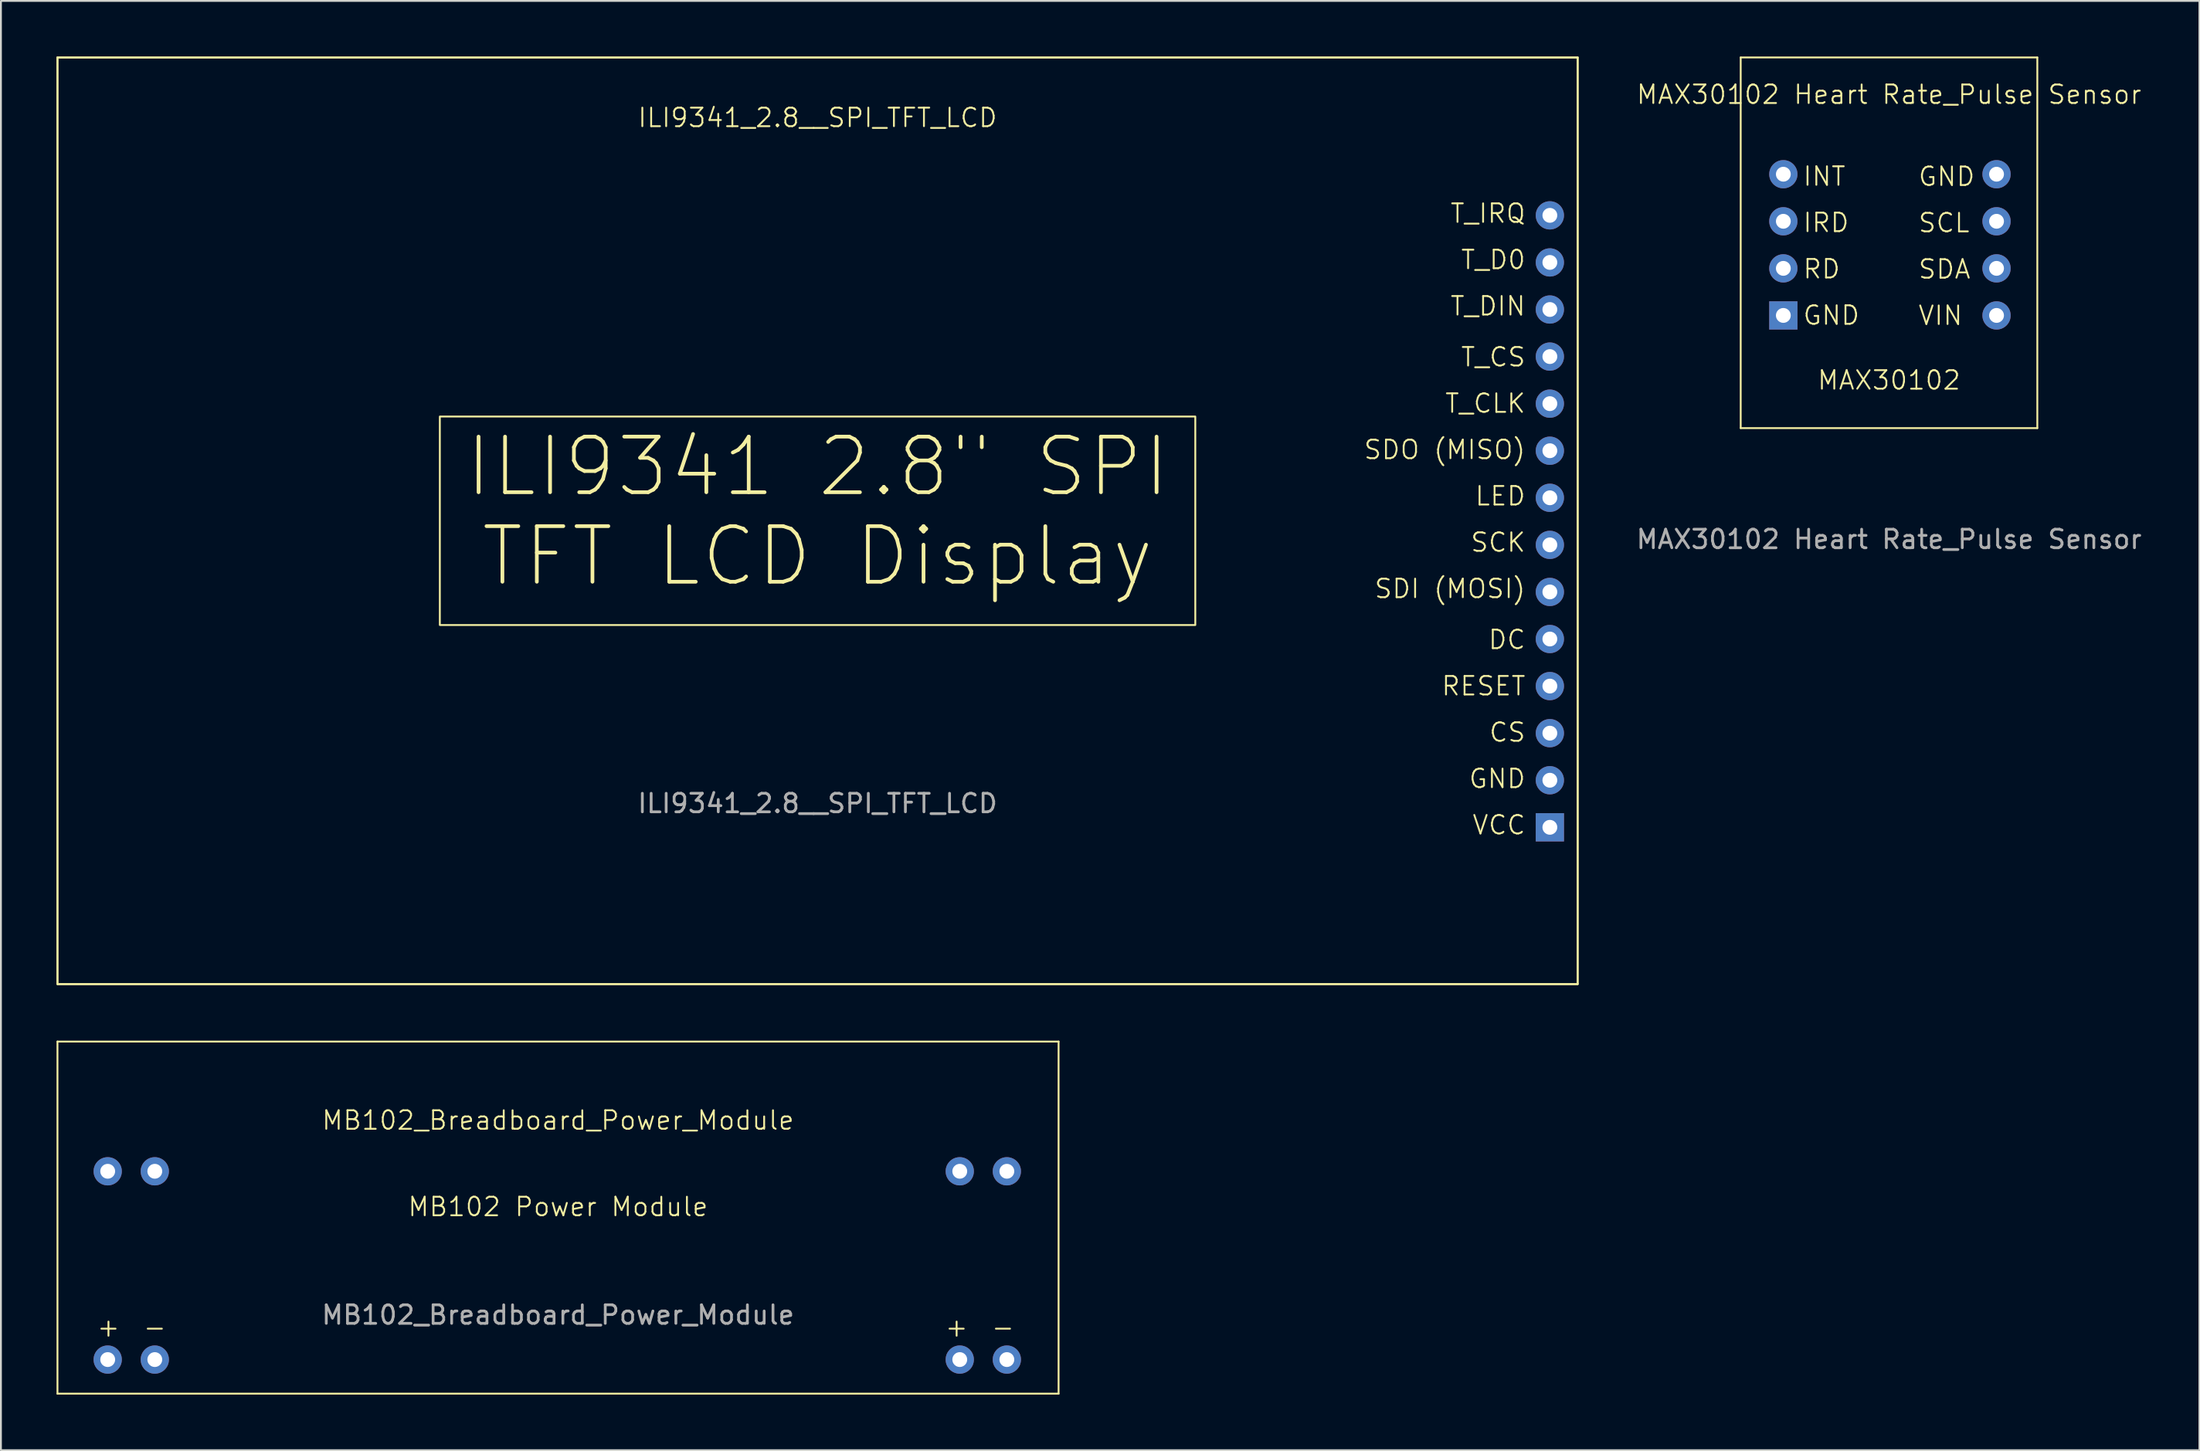
<source format=kicad_pcb>
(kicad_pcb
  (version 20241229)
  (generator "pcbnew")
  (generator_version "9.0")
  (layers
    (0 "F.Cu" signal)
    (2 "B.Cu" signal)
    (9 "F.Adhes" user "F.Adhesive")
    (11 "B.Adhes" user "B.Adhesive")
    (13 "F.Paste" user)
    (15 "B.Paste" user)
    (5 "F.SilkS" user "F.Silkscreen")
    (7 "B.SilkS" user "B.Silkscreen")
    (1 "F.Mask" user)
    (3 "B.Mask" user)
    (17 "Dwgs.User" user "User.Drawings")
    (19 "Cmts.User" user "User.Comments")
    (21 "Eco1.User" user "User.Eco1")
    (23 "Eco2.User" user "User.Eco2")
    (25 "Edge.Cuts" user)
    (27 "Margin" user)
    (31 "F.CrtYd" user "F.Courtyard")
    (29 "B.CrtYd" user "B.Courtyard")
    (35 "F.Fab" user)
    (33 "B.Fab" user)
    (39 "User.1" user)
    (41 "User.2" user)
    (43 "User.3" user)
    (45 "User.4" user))
  (footprint "MAX30102 Heart Rate_Pulse Sensor"
    (layer "F.Cu")
    (at 98.844 10.05)
    (property "Reference" "MAX30102 Heart Rate_Pulse Sensor" (at 0 -8 0) (unlocked yes) (layer "F.SilkS") (effects (font (size 1 1) (thickness 0.1))))
    (fp_line (start -8 -10) (end 8 -10) (stroke (width 0.1) (type default)) (layer "F.SilkS"))
    (fp_line (start -8 10) (end -8 -10) (stroke (width 0.1) (type default)) (layer "F.SilkS"))
    (fp_line (start 8 -10) (end 8 10) (stroke (width 0.1) (type default)) (layer "F.SilkS"))
    (fp_line (start 8 10) (end -8 10) (stroke (width 0.1) (type default)) (layer "F.SilkS"))
    (fp_text user "IRD" (at -4.7 -0.5 0) (unlocked yes) (layer "F.SilkS") (effects (font (size 1 1) (thickness 0.1)) (justify left bottom)))
    (fp_text user "INT" (at -4.7 -3 0) (unlocked yes) (layer "F.SilkS") (effects (font (size 1 1) (thickness 0.1)) (justify left bottom)))
    (fp_text user "SDA" (at 1.52 2.01 0) (unlocked yes) (layer "F.SilkS") (effects (font (size 1 1) (thickness 0.1)) (justify left bottom)))
    (fp_text user "GND" (at -4.7 4.5 0) (unlocked yes) (layer "F.SilkS") (effects (font (size 1 1) (thickness 0.1)) (justify left bottom)))
    (fp_text user "SCL" (at 1.52 -0.49 0) (unlocked yes) (layer "F.SilkS") (effects (font (size 1 1) (thickness 0.1)) (justify left bottom)))
    (fp_text user "MAX30102" (at 0 8 0) (unlocked yes) (layer "F.SilkS") (effects (font (size 1 1) (thickness 0.1)) (justify bottom)))
    (fp_text user "VIN" (at 1.52 4.51 0) (unlocked yes) (layer "F.SilkS") (effects (font (size 1 1) (thickness 0.1)) (justify left bottom)))
    (fp_text user "RD" (at -4.7 2 0) (unlocked yes) (layer "F.SilkS") (effects (font (size 1 1) (thickness 0.1)) (justify left bottom)))
    (fp_text user "GND" (at 1.52 -2.99 0) (unlocked yes) (layer "F.SilkS") (effects (font (size 1 1) (thickness 0.1)) (justify left bottom)))
    (fp_text user "${REFERENCE}" (at 0 16 0) (unlocked yes) (layer "F.Fab") (effects (font (size 1 1) (thickness 0.15))))
    (pad "1" thru_hole rect (at -5.7 3.92) (size 1.524 1.524) (drill 0.8) (layers "*.Cu" "*.Mask"))
    (pad "2" thru_hole circle (at -5.7 1.38) (size 1.524 1.524) (drill 0.8) (layers "*.Cu" "*.Mask"))
    (pad "3" thru_hole circle (at -5.7 -1.16) (size 1.524 1.524) (drill 0.8) (layers "*.Cu" "*.Mask"))
    (pad "4" thru_hole circle (at -5.7 -3.7) (size 1.524 1.524) (drill 0.8) (layers "*.Cu" "*.Mask"))
    (pad "5" thru_hole circle (at 5.8 -3.7) (size 1.524 1.524) (drill 0.8) (layers "*.Cu" "*.Mask"))
    (pad "6" thru_hole circle (at 5.8 -1.16) (size 1.524 1.524) (drill 0.8) (layers "*.Cu" "*.Mask"))
    (pad "7" thru_hole circle (at 5.8 1.38) (size 1.524 1.524) (drill 0.8) (layers "*.Cu" "*.Mask"))
    (pad "8" thru_hole circle (at 5.8 3.92) (size 1.524 1.524) (drill 0.8) (layers "*.Cu" "*.Mask"))
    (zone (net_name "") (layer "F.SilkS") (hatch edge 0.5) (connect_pads) (min_thickness 0.25) (filled_areas_thickness no) (keepout (tracks allowed) (vias allowed) (pads not_allowed) (copperpour allowed) (footprints not_allowed)) (placement (enabled no)) (fill) (polygon (pts (xy 90.844 0.05) (xy 106.844 0.05) (xy 106.844 20.05) (xy 90.844 20.05)))))
  (footprint "ILI9341_2.8__SPI_TFT_LCD"
    (layer "F.Cu")
    (at 41.05 25.05)
    (property "Reference" "ILI9341_2.8__SPI_TFT_LCD" (at 0 -21.75 0) (unlocked yes) (layer "F.SilkS") (effects (font (size 1 1) (thickness 0.1))))
    (fp_line (start -41 -25) (end 41 -25) (stroke (width 0.1) (type default)) (layer "F.SilkS"))
    (fp_line (start -41 25) (end -41 -25) (stroke (width 0.1) (type default)) (layer "F.SilkS"))
    (fp_line (start 41 -25) (end 41 25) (stroke (width 0.1) (type default)) (layer "F.SilkS"))
    (fp_line (start 41 25) (end -41 25) (stroke (width 0.1) (type default)) (layer "F.SilkS"))
    (fp_rect (start -41 -25) (end 41 25) (stroke (width 0.1) (type default)) (fill no) (layer "F.SilkS"))
    (fp_text user "T_IRQ" (at 38.25 -16 0) (unlocked yes) (layer "F.SilkS") (effects (font (size 1 1) (thickness 0.1)) (justify right bottom)))
    (fp_text user "CS" (at 38.25 12 0) (unlocked yes) (layer "F.SilkS") (effects (font (size 1 1) (thickness 0.1)) (justify right bottom)))
    (fp_text user "GND" (at 38.25 14.5 0) (unlocked yes) (layer "F.SilkS") (effects (font (size 1 1) (thickness 0.1)) (justify right bottom)))
    (fp_text user "T_DIN" (at 38.25 -11 0) (unlocked yes) (layer "F.SilkS") (effects (font (size 1 1) (thickness 0.1)) (justify right bottom)))
    (fp_text user "DC" (at 38.25 7 0) (unlocked yes) (layer "F.SilkS") (effects (font (size 1 1) (thickness 0.1)) (justify right bottom)))
    (fp_text user "SCK" (at 38.25 1.75 0) (unlocked yes) (layer "F.SilkS") (effects (font (size 1 1) (thickness 0.1)) (justify right bottom)))
    (fp_text user "RESET" (at 38.25 9.5 0) (unlocked yes) (layer "F.SilkS") (effects (font (size 1 1) (thickness 0.1)) (justify right bottom)))
    (fp_text user "T_CLK" (at 38.25 -5.75 0) (unlocked yes) (layer "F.SilkS") (effects (font (size 1 1) (thickness 0.1)) (justify right bottom)))
    (fp_text user "T_CS" (at 38.25 -8.25 0) (unlocked yes) (layer "F.SilkS") (effects (font (size 1 1) (thickness 0.1)) (justify right bottom)))
    (fp_text user "LED" (at 38.25 -0.75 0) (unlocked yes) (layer "F.SilkS") (effects (font (size 1 1) (thickness 0.1)) (justify right bottom)))
    (fp_text user "VCC" (at 38.25 17 0) (unlocked yes) (layer "F.SilkS") (effects (font (size 1 1) (thickness 0.1)) (justify right bottom)))
    (fp_text user "SDI (MOSI)" (at 38.25 4.25 0) (unlocked yes) (layer "F.SilkS") (effects (font (size 1 1) (thickness 0.1)) (justify right bottom)))
    (fp_text user "T_D0" (at 38.25 -13.5 0) (unlocked yes) (layer "F.SilkS") (effects (font (size 1 1) (thickness 0.1)) (justify right bottom)))
    (fp_text user "SDO (MISO)" (at 38.25 -3.25 0) (unlocked yes) (layer "F.SilkS") (effects (font (size 1 1) (thickness 0.1)) (justify right bottom)))
    (fp_text user "${REFERENCE}" (at 0 15.25 0) (unlocked yes) (layer "F.Fab") (effects (font (size 1 1) (thickness 0.15))))
    (fp_text_box "ILI9341 2.8{dblquote} SPI TFT LCD Display" (start -20.375 -5.625) (end 20.375 5.625) (margins 1.002 1.002 1.002 1.002) (layer "F.SilkS") (effects (font (size 3 3) (thickness 0.2) (bold yes)) (justify top)) (border yes) (stroke (width 0.1) (type solid)))
    (pad "1" thru_hole rect (at 39.5 16.54) (size 1.524 1.524) (drill 0.8) (layers "*.Cu" "*.Mask"))
    (pad "2" thru_hole circle (at 39.5 14) (size 1.524 1.524) (drill 0.8) (layers "*.Cu" "*.Mask"))
    (pad "3" thru_hole circle (at 39.5 11.46) (size 1.524 1.524) (drill 0.8) (layers "*.Cu" "*.Mask"))
    (pad "4" thru_hole circle (at 39.5 8.92) (size 1.524 1.524) (drill 0.8) (layers "*.Cu" "*.Mask"))
    (pad "5" thru_hole circle (at 39.5 6.38) (size 1.524 1.524) (drill 0.8) (layers "*.Cu" "*.Mask"))
    (pad "6" thru_hole circle (at 39.5 3.84) (size 1.524 1.524) (drill 0.8) (layers "*.Cu" "*.Mask"))
    (pad "7" thru_hole circle (at 39.5 1.3) (size 1.524 1.524) (drill 0.8) (layers "*.Cu" "*.Mask"))
    (pad "8" thru_hole circle (at 39.5 -1.24) (size 1.524 1.524) (drill 0.8) (layers "*.Cu" "*.Mask"))
    (pad "9" thru_hole circle (at 39.5 -3.78) (size 1.524 1.524) (drill 0.8) (layers "*.Cu" "*.Mask"))
    (pad "10" thru_hole circle (at 39.5 -6.32) (size 1.524 1.524) (drill 0.8) (layers "*.Cu" "*.Mask"))
    (pad "11" thru_hole circle (at 39.5 -8.86) (size 1.524 1.524) (drill 0.8) (layers "*.Cu" "*.Mask"))
    (pad "12" thru_hole circle (at 39.5 -11.4) (size 1.524 1.524) (drill 0.8) (layers "*.Cu" "*.Mask"))
    (pad "13" thru_hole circle (at 39.5 -13.94) (size 1.524 1.524) (drill 0.8) (layers "*.Cu" "*.Mask"))
    (pad "14" thru_hole circle (at 39.5 -16.48) (size 1.524 1.524) (drill 0.8) (layers "*.Cu" "*.Mask"))
    (zone (net_name "") (layer "F.SilkS") (hatch edge 0.5) (connect_pads) (min_thickness 0.25) (filled_areas_thickness no) (keepout (tracks allowed) (vias allowed) (pads not_allowed) (copperpour allowed) (footprints not_allowed)) (placement (enabled no)) (fill) (polygon (pts (xy 0.05 0.05) (xy 82.05 0.05) (xy 82.05 50.05) (xy 0.05 50.05)))))
  (footprint "MB102_Breadboard_Power_Module"
    (layer "F.Cu")
    (at 27.05 62.65)
    (property "Reference" "MB102_Breadboard_Power_Module" (at 0 -5.25 0) (unlocked yes) (layer "F.SilkS") (effects (font (size 1 1) (thickness 0.1))))
    (fp_line (start -27 -9.5) (end 27 -9.5) (stroke (width 0.1) (type default)) (layer "F.SilkS"))
    (fp_line (start -27 9.5) (end -27 -9.5) (stroke (width 0.1) (type default)) (layer "F.SilkS"))
    (fp_line (start 27 -9.5) (end 27 9.5) (stroke (width 0.1) (type default)) (layer "F.SilkS"))
    (fp_line (start 27 9.5) (end -27 9.5) (stroke (width 0.1) (type default)) (layer "F.SilkS"))
    (fp_text user "-" (at -21.75 6.5 0) (unlocked yes) (layer "F.SilkS") (effects (font (size 1 1) (thickness 0.1)) (justify bottom)))
    (fp_text user "-" (at 24 6.5 0) (unlocked yes) (layer "F.SilkS") (effects (font (size 1 1) (thickness 0.1)) (justify bottom)))
    (fp_text user "+" (at -24.25 6.5 0) (unlocked yes) (layer "F.SilkS") (effects (font (size 1 1) (thickness 0.1)) (justify bottom)))
    (fp_text user "+" (at 21.5 6.5 0) (unlocked yes) (layer "F.SilkS") (effects (font (size 1 1) (thickness 0.1)) (justify bottom)))
    (fp_text user "MB102 Power Module" (at 0 0 0) (unlocked yes) (layer "F.SilkS") (effects (font (size 1 1) (thickness 0.1)) (justify bottom)))
    (fp_text user "${REFERENCE}" (at 0 5.25 0) (unlocked yes) (layer "F.Fab") (effects (font (size 1 1) (thickness 0.15))))
    (pad "1" thru_hole circle (at -24.29 7.66) (size 1.524 1.524) (drill 0.8) (layers "*.Cu" "*.Mask"))
    (pad "2" thru_hole circle (at -21.75 7.66) (size 1.524 1.524) (drill 0.8) (layers "*.Cu" "*.Mask"))
    (pad "3" thru_hole circle (at 21.67 7.66) (size 1.524 1.524) (drill 0.8) (layers "*.Cu" "*.Mask"))
    (pad "4" thru_hole circle (at 24.21 7.66) (size 1.524 1.524) (drill 0.8) (layers "*.Cu" "*.Mask"))
    (pad "5" thru_hole circle (at -24.29 -2.5) (size 1.524 1.524) (drill 0.8) (layers "*.Cu" "*.Mask"))
    (pad "6" thru_hole circle (at -21.75 -2.5) (size 1.524 1.524) (drill 0.8) (layers "*.Cu" "*.Mask"))
    (pad "7" thru_hole circle (at 21.67 -2.5) (size 1.524 1.524) (drill 0.8) (layers "*.Cu" "*.Mask"))
    (pad "8" thru_hole circle (at 24.21 -2.5) (size 1.524 1.524) (drill 0.8) (layers "*.Cu" "*.Mask"))
    (zone (net_name "") (layer "F.SilkS") (hatch edge 0.5) (connect_pads) (min_thickness 0.25) (filled_areas_thickness no) (keepout (tracks allowed) (vias allowed) (pads not_allowed) (copperpour allowed) (footprints not_allowed)) (placement (enabled no)) (fill) (polygon (pts (xy 0.05 53.15) (xy 54.05 53.15) (xy 54.05 72.15) (xy 0.05 72.15)))))
  (gr_rect
    (start -3 -3)
    (end 115.588 75.2)
    (stroke (width 0.1) (type default))
    (fill no)
    (layer "Edge.Cuts")))
</source>
